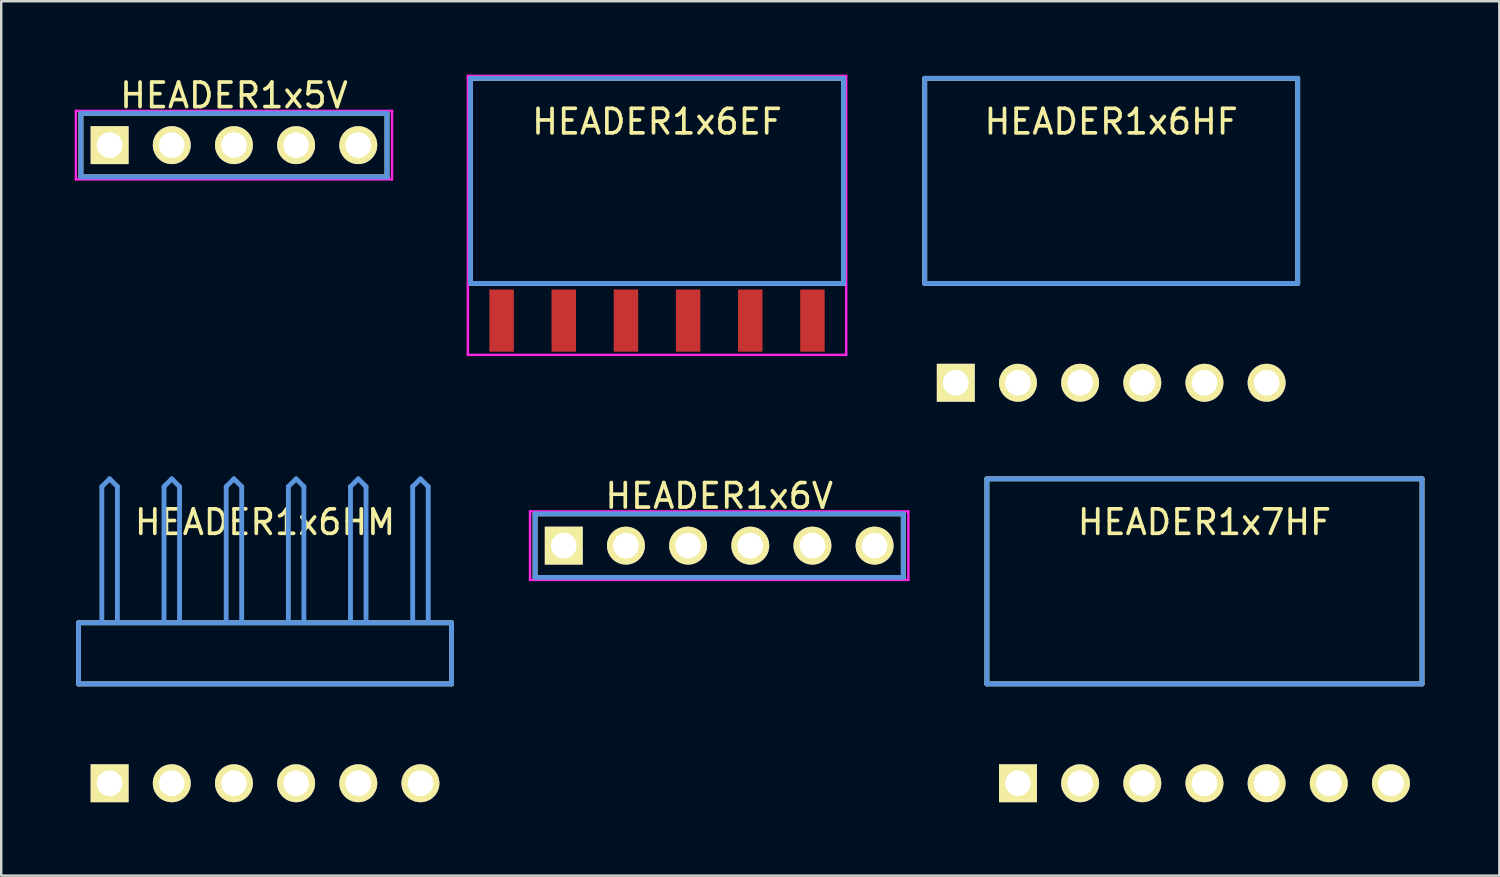
<source format=kicad_pcb>
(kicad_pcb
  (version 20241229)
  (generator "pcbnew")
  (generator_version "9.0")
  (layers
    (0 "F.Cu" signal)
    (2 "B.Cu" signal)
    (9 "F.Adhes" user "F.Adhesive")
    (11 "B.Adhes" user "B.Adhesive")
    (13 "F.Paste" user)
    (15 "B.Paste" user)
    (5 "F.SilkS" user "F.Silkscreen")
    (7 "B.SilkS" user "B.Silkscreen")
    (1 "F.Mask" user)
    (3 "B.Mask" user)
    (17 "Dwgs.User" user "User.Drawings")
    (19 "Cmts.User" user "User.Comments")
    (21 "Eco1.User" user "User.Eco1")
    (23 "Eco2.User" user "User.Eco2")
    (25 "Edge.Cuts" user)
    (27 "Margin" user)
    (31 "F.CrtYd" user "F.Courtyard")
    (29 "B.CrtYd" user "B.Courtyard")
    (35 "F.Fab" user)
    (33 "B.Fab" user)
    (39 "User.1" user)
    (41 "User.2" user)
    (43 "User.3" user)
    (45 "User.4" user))
  (footprint "HEADER1x6HM"
    (layer "F.Cu")
    (at 1.429 28.954)
    (property "Reference" "HEADER1x6HM" (at 6.35 -10.668 0) (layer "F.SilkS") (effects (font (size 1.001 1.001) (thickness 0.15))))
    (attr through_hole)
    (fp_line (start -1.27 -6.558) (end -1.27 -4.059) (stroke (width 0.198) (type solid)) (layer "F.SilkS"))
    (fp_line (start -1.27 -4.059) (end 13.97 -4.059) (stroke (width 0.198) (type solid)) (layer "F.SilkS"))
    (fp_line (start 13.97 -6.558) (end -1.27 -6.558) (stroke (width 0.198) (type solid)) (layer "F.SilkS"))
    (fp_line (start 13.97 -4.059) (end 13.97 -6.558) (stroke (width 0.198) (type solid)) (layer "F.SilkS"))
    (fp_line (start -1.27 -6.558) (end -1.27 -4.059) (stroke (width 0.198) (type solid)) (layer "Cmts.User"))
    (fp_line (start -1.27 -4.059) (end 13.97 -4.059) (stroke (width 0.198) (type solid)) (layer "Cmts.User"))
    (fp_line (start -0.318 -12.121) (end 0 -12.438) (stroke (width 0.198) (type solid)) (layer "Cmts.User"))
    (fp_line (start -0.318 -6.599) (end -0.318 -12.121) (stroke (width 0.198) (type solid)) (layer "Cmts.User"))
    (fp_line (start 0.318 -12.121) (end 0 -12.438) (stroke (width 0.198) (type solid)) (layer "Cmts.User"))
    (fp_line (start 0.318 -6.599) (end 0.318 -12.121) (stroke (width 0.198) (type solid)) (layer "Cmts.User"))
    (fp_line (start 2.223 -12.121) (end 2.54 -12.438) (stroke (width 0.198) (type solid)) (layer "Cmts.User"))
    (fp_line (start 2.223 -6.599) (end 2.223 -12.121) (stroke (width 0.198) (type solid)) (layer "Cmts.User"))
    (fp_line (start 2.857 -12.121) (end 2.54 -12.438) (stroke (width 0.198) (type solid)) (layer "Cmts.User"))
    (fp_line (start 2.857 -6.599) (end 2.857 -12.121) (stroke (width 0.198) (type solid)) (layer "Cmts.User"))
    (fp_line (start 4.763 -12.121) (end 5.08 -12.438) (stroke (width 0.198) (type solid)) (layer "Cmts.User"))
    (fp_line (start 4.763 -6.599) (end 4.763 -12.121) (stroke (width 0.198) (type solid)) (layer "Cmts.User"))
    (fp_line (start 5.397 -12.121) (end 5.08 -12.438) (stroke (width 0.198) (type solid)) (layer "Cmts.User"))
    (fp_line (start 5.397 -6.599) (end 5.397 -12.121) (stroke (width 0.198) (type solid)) (layer "Cmts.User"))
    (fp_line (start 7.303 -12.121) (end 7.62 -12.438) (stroke (width 0.198) (type solid)) (layer "Cmts.User"))
    (fp_line (start 7.303 -6.599) (end 7.303 -12.121) (stroke (width 0.198) (type solid)) (layer "Cmts.User"))
    (fp_line (start 7.938 -12.121) (end 7.62 -12.438) (stroke (width 0.198) (type solid)) (layer "Cmts.User"))
    (fp_line (start 7.938 -6.599) (end 7.938 -12.121) (stroke (width 0.198) (type solid)) (layer "Cmts.User"))
    (fp_line (start 9.842 -12.121) (end 10.16 -12.438) (stroke (width 0.198) (type solid)) (layer "Cmts.User"))
    (fp_line (start 9.842 -6.599) (end 9.842 -12.121) (stroke (width 0.198) (type solid)) (layer "Cmts.User"))
    (fp_line (start 10.477 -12.121) (end 10.16 -12.438) (stroke (width 0.198) (type solid)) (layer "Cmts.User"))
    (fp_line (start 10.477 -6.599) (end 10.477 -12.121) (stroke (width 0.198) (type solid)) (layer "Cmts.User"))
    (fp_line (start 12.383 -12.121) (end 12.7 -12.438) (stroke (width 0.198) (type solid)) (layer "Cmts.User"))
    (fp_line (start 12.383 -6.599) (end 12.383 -12.121) (stroke (width 0.198) (type solid)) (layer "Cmts.User"))
    (fp_line (start 13.018 -12.121) (end 12.7 -12.438) (stroke (width 0.198) (type solid)) (layer "Cmts.User"))
    (fp_line (start 13.018 -6.599) (end 13.018 -12.121) (stroke (width 0.198) (type solid)) (layer "Cmts.User"))
    (fp_line (start 13.97 -6.558) (end -1.27 -6.558) (stroke (width 0.198) (type solid)) (layer "Cmts.User"))
    (fp_line (start 13.97 -4.059) (end 13.97 -6.558) (stroke (width 0.198) (type solid)) (layer "Cmts.User"))
    (fp_line (start -1.379 -12.54) (end 14.079 -12.54) (stroke (width 0.099) (type solid)) (layer "Eco1.User"))
    (fp_line (start -1.379 -1.14) (end -1.379 -12.54) (stroke (width 0.099) (type solid)) (layer "Eco1.User"))
    (fp_line (start 14.079 -12.54) (end 14.079 -1.14) (stroke (width 0.099) (type solid)) (layer "Eco1.User"))
    (fp_line (start 14.079 -1.14) (end -1.379 -1.14) (stroke (width 0.099) (type solid)) (layer "Eco1.User"))
    (pad "1" thru_hole rect (at 0 0) (size 1.549 1.549) (drill 1.049) (layers "*.Cu" "*.Mask" "F.SilkS"))
    (pad "2" thru_hole circle (at 2.54 0) (size 1.549 1.549) (drill 1.049) (layers "*.Cu" "*.Mask" "F.SilkS"))
    (pad "3" thru_hole circle (at 5.08 0) (size 1.549 1.549) (drill 1.049) (layers "*.Cu" "*.Mask" "F.SilkS"))
    (pad "4" thru_hole circle (at 7.62 0) (size 1.549 1.549) (drill 1.049) (layers "*.Cu" "*.Mask" "F.SilkS"))
    (pad "5" thru_hole circle (at 10.16 0) (size 1.549 1.549) (drill 1.049) (layers "*.Cu" "*.Mask" "F.SilkS"))
    (pad "6" thru_hole circle (at 12.7 0) (size 1.549 1.549) (drill 1.049) (layers "*.Cu" "*.Mask" "F.SilkS")))
  (footprint "HEADER1x6EF"
    (layer "F.Cu")
    (at 23.796 10.05)
    (property "Reference" "HEADER1x6EF" (at 0 -8.128 0) (layer "F.SilkS") (effects (font (size 1.001 1.001) (thickness 0.15))))
    (attr through_hole)
    (fp_line (start -7.62 -9.898) (end -7.62 -1.519) (stroke (width 0.198) (type solid)) (layer "F.SilkS"))
    (fp_line (start -7.62 -1.519) (end 7.62 -1.519) (stroke (width 0.198) (type solid)) (layer "F.SilkS"))
    (fp_line (start 7.62 -9.898) (end -7.62 -9.898) (stroke (width 0.198) (type solid)) (layer "F.SilkS"))
    (fp_line (start 7.62 -1.519) (end 7.62 -9.898) (stroke (width 0.198) (type solid)) (layer "F.SilkS"))
    (fp_line (start -7.62 -9.898) (end -7.62 -1.519) (stroke (width 0.198) (type solid)) (layer "Cmts.User"))
    (fp_line (start -7.62 -1.519) (end 7.62 -1.519) (stroke (width 0.198) (type solid)) (layer "Cmts.User"))
    (fp_line (start 7.62 -9.898) (end -7.62 -9.898) (stroke (width 0.198) (type solid)) (layer "Cmts.User"))
    (fp_line (start 7.62 -1.519) (end 7.62 -9.898) (stroke (width 0.198) (type solid)) (layer "Cmts.User"))
    (fp_line (start -7.729 -10) (end 7.729 -10) (stroke (width 0.099) (type solid)) (layer "F.CrtYd"))
    (fp_line (start -7.729 1.4) (end -7.729 -10) (stroke (width 0.099) (type solid)) (layer "F.CrtYd"))
    (fp_line (start 7.729 -10) (end 7.729 1.4) (stroke (width 0.099) (type solid)) (layer "F.CrtYd"))
    (fp_line (start 7.729 1.4) (end -7.729 1.4) (stroke (width 0.099) (type solid)) (layer "F.CrtYd"))
    (pad "1" smd rect (at -6.35 0) (size 1 2.54) (layers "F.Cu" "F.Mask" "F.Paste"))
    (pad "2" smd rect (at -3.81 0) (size 1 2.54) (layers "F.Cu" "F.Mask" "F.Paste"))
    (pad "3" smd rect (at -1.27 0) (size 1 2.54) (layers "F.Cu" "F.Mask" "F.Paste"))
    (pad "4" smd rect (at 1.27 0) (size 1 2.54) (layers "F.Cu" "F.Mask" "F.Paste"))
    (pad "5" smd rect (at 3.81 0) (size 1 2.54) (layers "F.Cu" "F.Mask" "F.Paste"))
    (pad "6" smd rect (at 6.35 0) (size 1 2.54) (layers "F.Cu" "F.Mask" "F.Paste")))
  (footprint "HEADER1x6HF"
    (layer "F.Cu")
    (at 36.004 12.59)
    (property "Reference" "HEADER1x6HF" (at 6.35 -10.668 0) (layer "F.SilkS") (effects (font (size 1.001 1.001) (thickness 0.15))))
    (attr through_hole)
    (fp_line (start -1.27 -12.438) (end -1.27 -4.059) (stroke (width 0.198) (type solid)) (layer "F.SilkS"))
    (fp_line (start -1.27 -4.059) (end 13.97 -4.059) (stroke (width 0.198) (type solid)) (layer "F.SilkS"))
    (fp_line (start 13.97 -12.438) (end -1.27 -12.438) (stroke (width 0.198) (type solid)) (layer "F.SilkS"))
    (fp_line (start 13.97 -4.059) (end 13.97 -12.438) (stroke (width 0.198) (type solid)) (layer "F.SilkS"))
    (fp_line (start -1.27 -12.438) (end -1.27 -4.059) (stroke (width 0.198) (type solid)) (layer "Cmts.User"))
    (fp_line (start -1.27 -4.059) (end 13.97 -4.059) (stroke (width 0.198) (type solid)) (layer "Cmts.User"))
    (fp_line (start 13.97 -12.438) (end -1.27 -12.438) (stroke (width 0.198) (type solid)) (layer "Cmts.User"))
    (fp_line (start 13.97 -4.059) (end 13.97 -12.438) (stroke (width 0.198) (type solid)) (layer "Cmts.User"))
    (fp_line (start -1.379 -12.54) (end 14.079 -12.54) (stroke (width 0.099) (type solid)) (layer "Eco1.User"))
    (fp_line (start -1.379 -1.14) (end -1.379 -12.54) (stroke (width 0.099) (type solid)) (layer "Eco1.User"))
    (fp_line (start 14.079 -12.54) (end 14.079 -1.14) (stroke (width 0.099) (type solid)) (layer "Eco1.User"))
    (fp_line (start 14.079 -1.14) (end -1.379 -1.14) (stroke (width 0.099) (type solid)) (layer "Eco1.User"))
    (pad "1" thru_hole rect (at 0 0) (size 1.549 1.549) (drill 1.049) (layers "*.Cu" "*.Mask" "F.SilkS"))
    (pad "2" thru_hole circle (at 2.54 0) (size 1.549 1.549) (drill 1.049) (layers "*.Cu" "*.Mask" "F.SilkS"))
    (pad "3" thru_hole circle (at 5.08 0) (size 1.549 1.549) (drill 1.049) (layers "*.Cu" "*.Mask" "F.SilkS"))
    (pad "4" thru_hole circle (at 7.62 0) (size 1.549 1.549) (drill 1.049) (layers "*.Cu" "*.Mask" "F.SilkS"))
    (pad "5" thru_hole circle (at 10.16 0) (size 1.549 1.549) (drill 1.049) (layers "*.Cu" "*.Mask" "F.SilkS"))
    (pad "6" thru_hole circle (at 12.7 0) (size 1.549 1.549) (drill 1.049) (layers "*.Cu" "*.Mask" "F.SilkS")))
  (footprint "HEADER1x7HF"
    (layer "F.Cu")
    (at 38.544 28.954)
    (property "Reference" "HEADER1x7HF" (at 7.62 -10.668 0) (layer "F.SilkS") (effects (font (size 1.001 1.001) (thickness 0.15))))
    (attr through_hole)
    (fp_line (start -1.27 -12.438) (end -1.27 -4.059) (stroke (width 0.198) (type solid)) (layer "F.SilkS"))
    (fp_line (start -1.27 -4.059) (end 16.51 -4.059) (stroke (width 0.198) (type solid)) (layer "F.SilkS"))
    (fp_line (start 16.51 -12.438) (end -1.27 -12.438) (stroke (width 0.198) (type solid)) (layer "F.SilkS"))
    (fp_line (start 16.51 -4.059) (end 16.51 -12.438) (stroke (width 0.198) (type solid)) (layer "F.SilkS"))
    (fp_line (start -1.27 -12.438) (end -1.27 -4.059) (stroke (width 0.198) (type solid)) (layer "Cmts.User"))
    (fp_line (start -1.27 -4.059) (end 16.51 -4.059) (stroke (width 0.198) (type solid)) (layer "Cmts.User"))
    (fp_line (start 16.51 -12.438) (end -1.27 -12.438) (stroke (width 0.198) (type solid)) (layer "Cmts.User"))
    (fp_line (start 16.51 -4.059) (end 16.51 -12.438) (stroke (width 0.198) (type solid)) (layer "Cmts.User"))
    (fp_line (start -1.379 -12.54) (end 16.619 -12.54) (stroke (width 0.099) (type solid)) (layer "Eco1.User"))
    (fp_line (start -1.379 -1.14) (end -1.379 -12.54) (stroke (width 0.099) (type solid)) (layer "Eco1.User"))
    (fp_line (start 16.619 -12.54) (end 16.619 -1.14) (stroke (width 0.099) (type solid)) (layer "Eco1.User"))
    (fp_line (start 16.619 -1.14) (end -1.379 -1.14) (stroke (width 0.099) (type solid)) (layer "Eco1.User"))
    (pad "1" thru_hole rect (at 0 0) (size 1.549 1.549) (drill 1.049) (layers "*.Cu" "*.Mask" "F.SilkS"))
    (pad "2" thru_hole circle (at 2.54 0) (size 1.549 1.549) (drill 1.049) (layers "*.Cu" "*.Mask" "F.SilkS"))
    (pad "3" thru_hole circle (at 5.08 0) (size 1.549 1.549) (drill 1.049) (layers "*.Cu" "*.Mask" "F.SilkS"))
    (pad "4" thru_hole circle (at 7.62 0) (size 1.549 1.549) (drill 1.049) (layers "*.Cu" "*.Mask" "F.SilkS"))
    (pad "5" thru_hole circle (at 10.16 0) (size 1.549 1.549) (drill 1.049) (layers "*.Cu" "*.Mask" "F.SilkS"))
    (pad "6" thru_hole circle (at 12.7 0) (size 1.549 1.549) (drill 1.049) (layers "*.Cu" "*.Mask" "F.SilkS"))
    (pad "7" thru_hole circle (at 15.24 0) (size 1.549 1.549) (drill 1.049) (layers "*.Cu" "*.Mask" "F.SilkS")))
  (footprint "HEADER1x5V"
    (layer "F.Cu")
    (at 1.429 2.88)
    (property "Reference" "HEADER1x5V" (at 5.08 -2.032 0) (layer "F.SilkS") (effects (font (size 1.001 1.001) (thickness 0.15))))
    (attr through_hole)
    (fp_line (start -1.173 -1.298) (end -1.173 1.298) (stroke (width 0.198) (type solid)) (layer "F.SilkS"))
    (fp_line (start -1.173 1.298) (end 11.333 1.298) (stroke (width 0.198) (type solid)) (layer "F.SilkS"))
    (fp_line (start 11.333 -1.298) (end -1.173 -1.298) (stroke (width 0.198) (type solid)) (layer "F.SilkS"))
    (fp_line (start 11.333 1.298) (end 11.333 -1.298) (stroke (width 0.198) (type solid)) (layer "F.SilkS"))
    (fp_line (start -1.173 -1.298) (end -1.173 1.298) (stroke (width 0.198) (type solid)) (layer "Cmts.User"))
    (fp_line (start -1.173 1.298) (end 11.333 1.298) (stroke (width 0.198) (type solid)) (layer "Cmts.User"))
    (fp_line (start 11.333 -1.298) (end -1.173 -1.298) (stroke (width 0.198) (type solid)) (layer "Cmts.User"))
    (fp_line (start 11.333 1.298) (end 11.333 -1.298) (stroke (width 0.198) (type solid)) (layer "Cmts.User"))
    (fp_line (start -1.379 -1.4) (end -1.379 1.4) (stroke (width 0.099) (type solid)) (layer "F.CrtYd"))
    (fp_line (start -1.379 1.4) (end 11.539 1.4) (stroke (width 0.099) (type solid)) (layer "F.CrtYd"))
    (fp_line (start 11.539 -1.4) (end -1.379 -1.4) (stroke (width 0.099) (type solid)) (layer "F.CrtYd"))
    (fp_line (start 11.539 1.4) (end 11.539 -1.4) (stroke (width 0.099) (type solid)) (layer "F.CrtYd"))
    (pad "1" thru_hole rect (at 0 0) (size 1.549 1.549) (drill 1.049) (layers "*.Cu" "*.Mask" "F.SilkS"))
    (pad "2" thru_hole circle (at 2.54 0) (size 1.549 1.549) (drill 1.049) (layers "*.Cu" "*.Mask" "F.SilkS"))
    (pad "3" thru_hole circle (at 5.08 0) (size 1.549 1.549) (drill 1.049) (layers "*.Cu" "*.Mask" "F.SilkS"))
    (pad "4" thru_hole circle (at 7.62 0) (size 1.549 1.549) (drill 1.049) (layers "*.Cu" "*.Mask" "F.SilkS"))
    (pad "5" thru_hole circle (at 10.16 0) (size 1.549 1.549) (drill 1.049) (layers "*.Cu" "*.Mask" "F.SilkS")))
  (footprint "HEADER1x6V"
    (layer "F.Cu")
    (at 19.986 19.245)
    (property "Reference" "HEADER1x6V" (at 6.35 -2.032 0) (layer "F.SilkS") (effects (font (size 1.001 1.001) (thickness 0.15))))
    (attr through_hole)
    (fp_line (start -1.173 -1.298) (end -1.173 1.298) (stroke (width 0.198) (type solid)) (layer "F.SilkS"))
    (fp_line (start -1.173 1.298) (end 13.873 1.298) (stroke (width 0.198) (type solid)) (layer "F.SilkS"))
    (fp_line (start 13.873 -1.298) (end -1.173 -1.298) (stroke (width 0.198) (type solid)) (layer "F.SilkS"))
    (fp_line (start 13.873 1.298) (end 13.873 -1.298) (stroke (width 0.198) (type solid)) (layer "F.SilkS"))
    (fp_line (start -1.173 -1.298) (end -1.173 1.298) (stroke (width 0.198) (type solid)) (layer "Cmts.User"))
    (fp_line (start -1.173 1.298) (end 13.873 1.298) (stroke (width 0.198) (type solid)) (layer "Cmts.User"))
    (fp_line (start 13.873 -1.298) (end -1.173 -1.298) (stroke (width 0.198) (type solid)) (layer "Cmts.User"))
    (fp_line (start 13.873 1.298) (end 13.873 -1.298) (stroke (width 0.198) (type solid)) (layer "Cmts.User"))
    (fp_line (start -1.379 -1.4) (end -1.379 1.4) (stroke (width 0.099) (type solid)) (layer "F.CrtYd"))
    (fp_line (start -1.379 1.4) (end 14.079 1.4) (stroke (width 0.099) (type solid)) (layer "F.CrtYd"))
    (fp_line (start 14.079 -1.4) (end -1.379 -1.4) (stroke (width 0.099) (type solid)) (layer "F.CrtYd"))
    (fp_line (start 14.079 1.4) (end 14.079 -1.4) (stroke (width 0.099) (type solid)) (layer "F.CrtYd"))
    (pad "1" thru_hole rect (at 0 0) (size 1.549 1.549) (drill 1.049) (layers "*.Cu" "*.Mask" "F.SilkS"))
    (pad "2" thru_hole circle (at 2.54 0) (size 1.549 1.549) (drill 1.049) (layers "*.Cu" "*.Mask" "F.SilkS"))
    (pad "3" thru_hole circle (at 5.08 0) (size 1.549 1.549) (drill 1.049) (layers "*.Cu" "*.Mask" "F.SilkS"))
    (pad "4" thru_hole circle (at 7.62 0) (size 1.549 1.549) (drill 1.049) (layers "*.Cu" "*.Mask" "F.SilkS"))
    (pad "5" thru_hole circle (at 10.16 0) (size 1.549 1.549) (drill 1.049) (layers "*.Cu" "*.Mask" "F.SilkS"))
    (pad "6" thru_hole circle (at 12.7 0) (size 1.549 1.549) (drill 1.049) (layers "*.Cu" "*.Mask" "F.SilkS")))
  (gr_rect
    (start -3 -3)
    (end 58.212 32.728)
    (stroke (width 0.1) (type default))
    (fill no)
    (layer "Edge.Cuts")))
</source>
